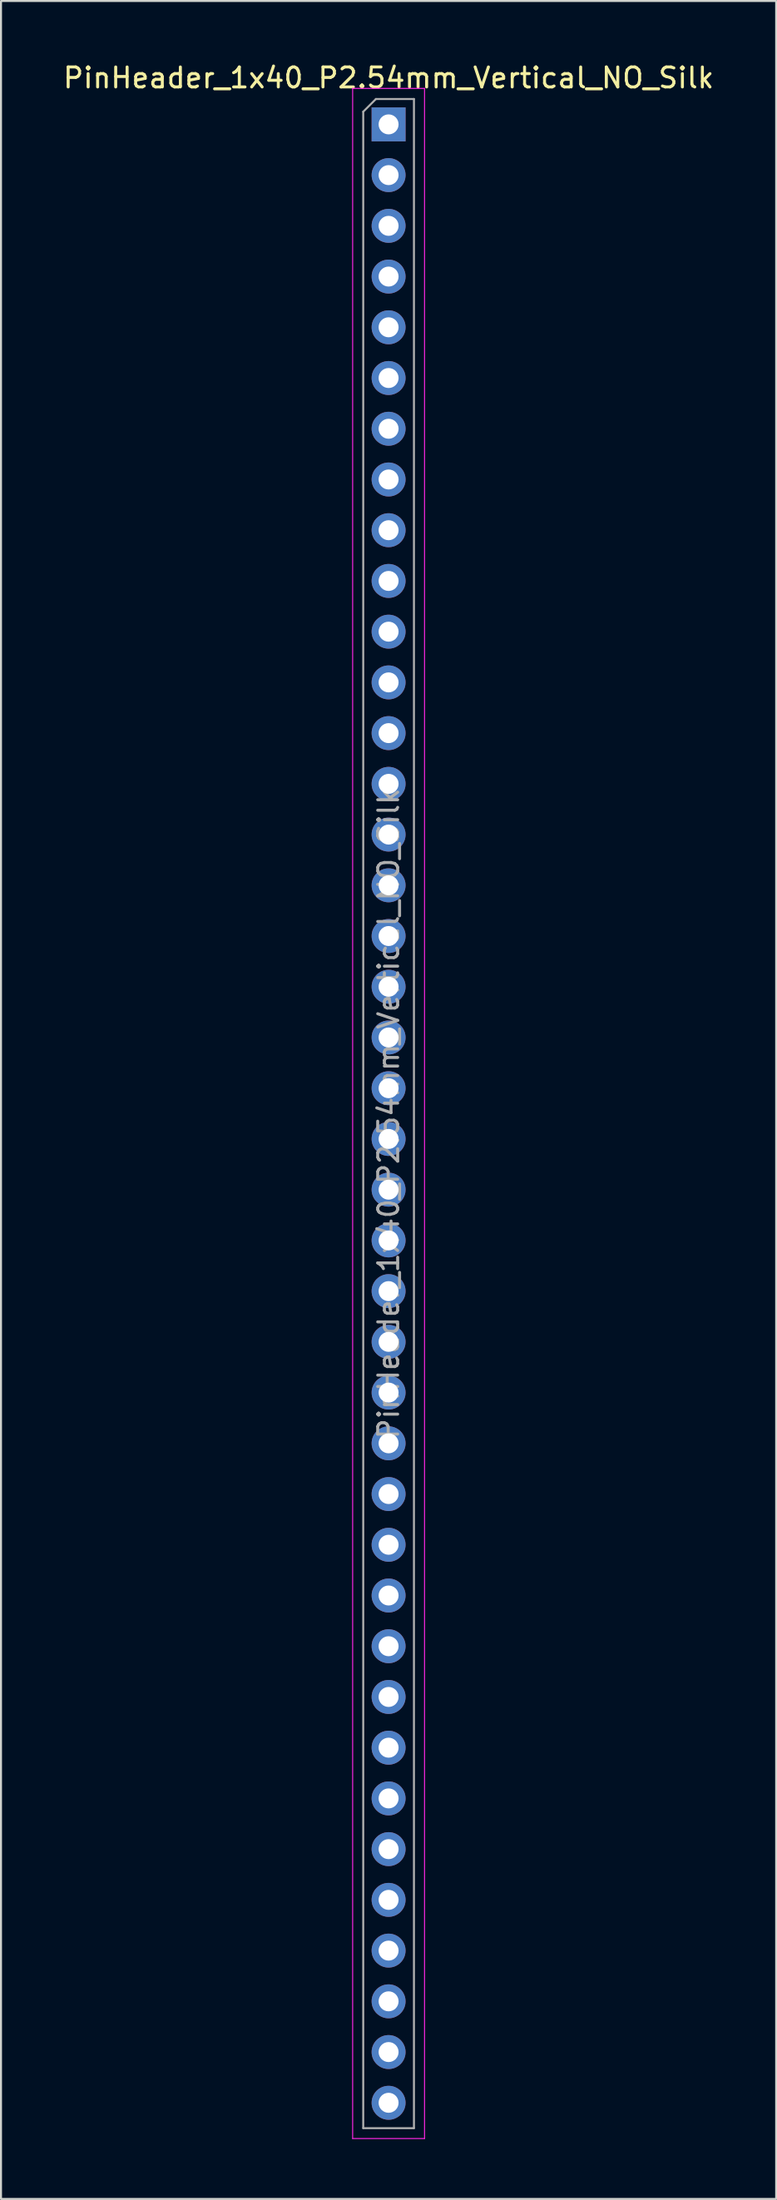
<source format=kicad_pcb>
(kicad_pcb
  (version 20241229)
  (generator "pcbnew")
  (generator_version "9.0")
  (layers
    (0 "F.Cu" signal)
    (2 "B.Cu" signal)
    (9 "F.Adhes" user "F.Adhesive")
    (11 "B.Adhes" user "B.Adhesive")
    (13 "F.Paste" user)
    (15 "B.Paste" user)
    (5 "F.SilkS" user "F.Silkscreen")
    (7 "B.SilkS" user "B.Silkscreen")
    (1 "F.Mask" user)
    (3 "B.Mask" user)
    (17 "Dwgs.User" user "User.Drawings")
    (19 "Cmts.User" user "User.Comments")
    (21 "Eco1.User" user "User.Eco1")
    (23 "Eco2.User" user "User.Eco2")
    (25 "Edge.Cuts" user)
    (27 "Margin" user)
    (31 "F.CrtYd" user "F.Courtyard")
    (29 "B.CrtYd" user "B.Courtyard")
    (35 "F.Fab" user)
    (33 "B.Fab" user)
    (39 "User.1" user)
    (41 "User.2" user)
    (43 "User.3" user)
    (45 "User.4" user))
  (footprint "PinHeader_1x40_P2.54mm_Vertical_NO_Silk"
    (layer "F.Cu")
    (at 16.411 3.178)
    (property "Reference" "PinHeader_1x40_P2.54mm_Vertical_NO_Silk" (at 0 -2.33 0) (layer "F.SilkS") (effects (font (size 1 1) (thickness 0.15))))
    (attr through_hole)
    (fp_line (start -1.8 -1.8) (end -1.8 100.85) (stroke (width 0.05) (type solid)) (layer "F.CrtYd"))
    (fp_line (start -1.8 100.85) (end 1.8 100.85) (stroke (width 0.05) (type solid)) (layer "F.CrtYd"))
    (fp_line (start 1.8 -1.8) (end -1.8 -1.8) (stroke (width 0.05) (type solid)) (layer "F.CrtYd"))
    (fp_line (start 1.8 100.85) (end 1.8 -1.8) (stroke (width 0.05) (type solid)) (layer "F.CrtYd"))
    (fp_line (start -1.27 -0.635) (end -0.635 -1.27) (stroke (width 0.1) (type solid)) (layer "F.Fab"))
    (fp_line (start -1.27 100.33) (end -1.27 -0.635) (stroke (width 0.1) (type solid)) (layer "F.Fab"))
    (fp_line (start -0.635 -1.27) (end 1.27 -1.27) (stroke (width 0.1) (type solid)) (layer "F.Fab"))
    (fp_line (start 1.27 -1.27) (end 1.27 100.33) (stroke (width 0.1) (type solid)) (layer "F.Fab"))
    (fp_line (start 1.27 100.33) (end -1.27 100.33) (stroke (width 0.1) (type solid)) (layer "F.Fab"))
    (fp_text user "${REFERENCE}" (at 0 49.53 90) (layer "F.Fab") (effects (font (size 1 1) (thickness 0.15))))
    (pad "1" thru_hole rect (at 0 0) (size 1.7 1.7) (drill 1) (layers "*.Cu" "*.Mask"))
    (pad "2" thru_hole oval (at 0 2.54) (size 1.7 1.7) (drill 1) (layers "*.Cu" "*.Mask"))
    (pad "3" thru_hole oval (at 0 5.08) (size 1.7 1.7) (drill 1) (layers "*.Cu" "*.Mask"))
    (pad "4" thru_hole oval (at 0 7.62) (size 1.7 1.7) (drill 1) (layers "*.Cu" "*.Mask"))
    (pad "5" thru_hole oval (at 0 10.16) (size 1.7 1.7) (drill 1) (layers "*.Cu" "*.Mask"))
    (pad "6" thru_hole oval (at 0 12.7) (size 1.7 1.7) (drill 1) (layers "*.Cu" "*.Mask"))
    (pad "7" thru_hole oval (at 0 15.24) (size 1.7 1.7) (drill 1) (layers "*.Cu" "*.Mask"))
    (pad "8" thru_hole oval (at 0 17.78) (size 1.7 1.7) (drill 1) (layers "*.Cu" "*.Mask"))
    (pad "9" thru_hole oval (at 0 20.32) (size 1.7 1.7) (drill 1) (layers "*.Cu" "*.Mask"))
    (pad "10" thru_hole oval (at 0 22.86) (size 1.7 1.7) (drill 1) (layers "*.Cu" "*.Mask"))
    (pad "11" thru_hole oval (at 0 25.4) (size 1.7 1.7) (drill 1) (layers "*.Cu" "*.Mask"))
    (pad "12" thru_hole oval (at 0 27.94) (size 1.7 1.7) (drill 1) (layers "*.Cu" "*.Mask"))
    (pad "13" thru_hole oval (at 0 30.48) (size 1.7 1.7) (drill 1) (layers "*.Cu" "*.Mask"))
    (pad "14" thru_hole oval (at 0 33.02) (size 1.7 1.7) (drill 1) (layers "*.Cu" "*.Mask"))
    (pad "15" thru_hole oval (at 0 35.56) (size 1.7 1.7) (drill 1) (layers "*.Cu" "*.Mask"))
    (pad "16" thru_hole oval (at 0 38.1) (size 1.7 1.7) (drill 1) (layers "*.Cu" "*.Mask"))
    (pad "17" thru_hole oval (at 0 40.64) (size 1.7 1.7) (drill 1) (layers "*.Cu" "*.Mask"))
    (pad "18" thru_hole oval (at 0 43.18) (size 1.7 1.7) (drill 1) (layers "*.Cu" "*.Mask"))
    (pad "19" thru_hole oval (at 0 45.72) (size 1.7 1.7) (drill 1) (layers "*.Cu" "*.Mask"))
    (pad "20" thru_hole oval (at 0 48.26) (size 1.7 1.7) (drill 1) (layers "*.Cu" "*.Mask"))
    (pad "21" thru_hole oval (at 0 50.8) (size 1.7 1.7) (drill 1) (layers "*.Cu" "*.Mask"))
    (pad "22" thru_hole oval (at 0 53.34) (size 1.7 1.7) (drill 1) (layers "*.Cu" "*.Mask"))
    (pad "23" thru_hole oval (at 0 55.88) (size 1.7 1.7) (drill 1) (layers "*.Cu" "*.Mask"))
    (pad "24" thru_hole oval (at 0 58.42) (size 1.7 1.7) (drill 1) (layers "*.Cu" "*.Mask"))
    (pad "25" thru_hole oval (at 0 60.96) (size 1.7 1.7) (drill 1) (layers "*.Cu" "*.Mask"))
    (pad "26" thru_hole oval (at 0 63.5) (size 1.7 1.7) (drill 1) (layers "*.Cu" "*.Mask"))
    (pad "27" thru_hole oval (at 0 66.04) (size 1.7 1.7) (drill 1) (layers "*.Cu" "*.Mask"))
    (pad "28" thru_hole oval (at 0 68.58) (size 1.7 1.7) (drill 1) (layers "*.Cu" "*.Mask"))
    (pad "29" thru_hole oval (at 0 71.12) (size 1.7 1.7) (drill 1) (layers "*.Cu" "*.Mask"))
    (pad "30" thru_hole oval (at 0 73.66) (size 1.7 1.7) (drill 1) (layers "*.Cu" "*.Mask"))
    (pad "31" thru_hole oval (at 0 76.2) (size 1.7 1.7) (drill 1) (layers "*.Cu" "*.Mask"))
    (pad "32" thru_hole oval (at 0 78.74) (size 1.7 1.7) (drill 1) (layers "*.Cu" "*.Mask"))
    (pad "33" thru_hole oval (at 0 81.28) (size 1.7 1.7) (drill 1) (layers "*.Cu" "*.Mask"))
    (pad "34" thru_hole oval (at 0 83.82) (size 1.7 1.7) (drill 1) (layers "*.Cu" "*.Mask"))
    (pad "35" thru_hole oval (at 0 86.36) (size 1.7 1.7) (drill 1) (layers "*.Cu" "*.Mask"))
    (pad "36" thru_hole oval (at 0 88.9) (size 1.7 1.7) (drill 1) (layers "*.Cu" "*.Mask"))
    (pad "37" thru_hole oval (at 0 91.44) (size 1.7 1.7) (drill 1) (layers "*.Cu" "*.Mask"))
    (pad "38" thru_hole oval (at 0 93.98) (size 1.7 1.7) (drill 1) (layers "*.Cu" "*.Mask"))
    (pad "39" thru_hole oval (at 0 96.52) (size 1.7 1.7) (drill 1) (layers "*.Cu" "*.Mask"))
    (pad "40" thru_hole oval (at 0 99.06) (size 1.7 1.7) (drill 1) (layers "*.Cu" "*.Mask")))
  (gr_rect
    (start -3 -3)
    (end 35.821 107.053)
    (stroke (width 0.1) (type default))
    (fill no)
    (layer "Edge.Cuts")))
</source>
